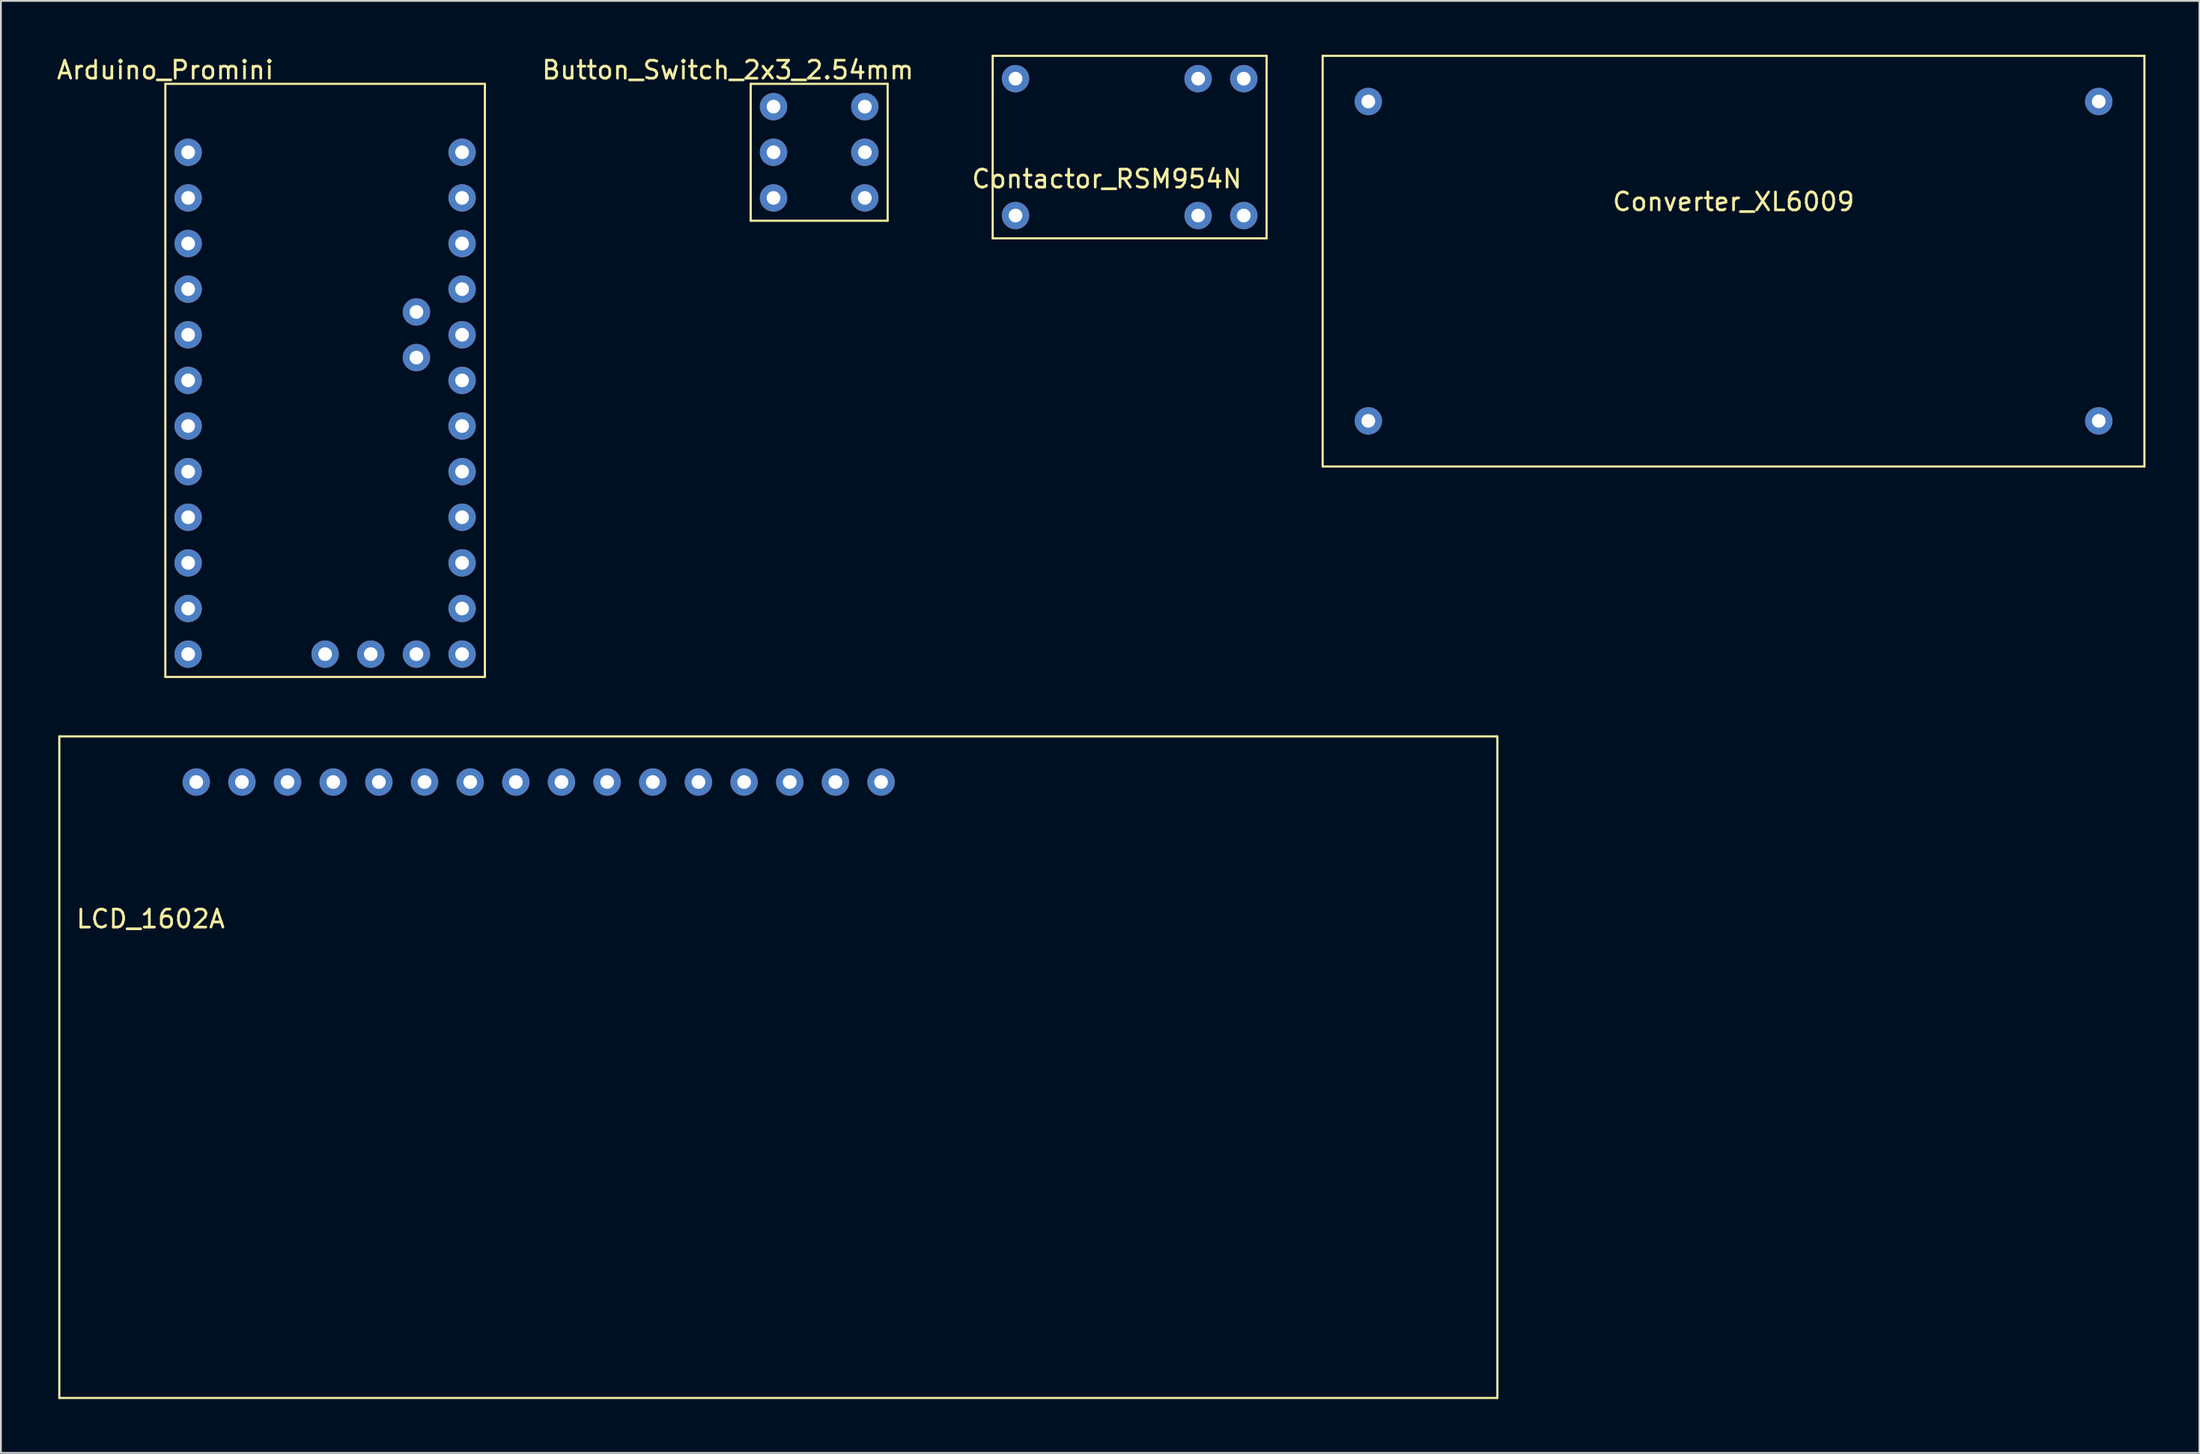
<source format=kicad_pcb>
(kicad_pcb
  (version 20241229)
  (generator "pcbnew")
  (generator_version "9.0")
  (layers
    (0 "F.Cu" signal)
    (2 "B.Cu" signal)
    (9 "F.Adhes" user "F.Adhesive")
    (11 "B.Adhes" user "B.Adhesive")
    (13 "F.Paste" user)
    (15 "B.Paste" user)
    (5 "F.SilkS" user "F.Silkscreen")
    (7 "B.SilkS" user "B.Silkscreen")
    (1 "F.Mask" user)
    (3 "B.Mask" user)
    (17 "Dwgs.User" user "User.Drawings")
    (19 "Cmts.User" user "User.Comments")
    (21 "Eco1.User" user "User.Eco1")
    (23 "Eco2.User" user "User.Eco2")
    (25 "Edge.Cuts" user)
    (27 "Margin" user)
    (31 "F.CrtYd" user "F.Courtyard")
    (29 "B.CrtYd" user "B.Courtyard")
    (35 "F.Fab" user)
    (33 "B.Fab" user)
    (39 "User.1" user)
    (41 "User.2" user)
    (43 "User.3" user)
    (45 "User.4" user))
  (footprint "Contactor_RSM954N"
    (layer "F.Cu")
    (at 58.53 6.41)
    (property "Reference" "Contactor_RSM954N" (at 0 0.5 0) (layer "F.SilkS") (effects (font (size 1 1) (thickness 0.15))))
    (attr through_hole)
    (fp_line (start -6.35 -6.35) (end 8.89 -6.35) (stroke (width 0.12) (type solid)) (layer "F.SilkS"))
    (fp_line (start -6.35 3.81) (end -6.35 -6.35) (stroke (width 0.12) (type solid)) (layer "F.SilkS"))
    (fp_line (start 8.89 -6.35) (end 8.89 3.81) (stroke (width 0.12) (type solid)) (layer "F.SilkS"))
    (fp_line (start 8.89 3.81) (end -6.35 3.81) (stroke (width 0.12) (type solid)) (layer "F.SilkS"))
    (pad "1" thru_hole circle (at 7.62 -5.08) (size 1.524 1.524) (drill 0.762) (layers "*.Cu" "*.Mask"))
    (pad "2" thru_hole circle (at 5.08 -5.08) (size 1.524 1.524) (drill 0.762) (layers "*.Cu" "*.Mask"))
    (pad "3" thru_hole circle (at -5.08 -5.08) (size 1.524 1.524) (drill 0.762) (layers "*.Cu" "*.Mask"))
    (pad "3" thru_hole circle (at -5.08 2.54) (size 1.524 1.524) (drill 0.762) (layers "*.Cu" "*.Mask"))
    (pad "4" thru_hole circle (at 5.08 2.54) (size 1.524 1.524) (drill 0.762) (layers "*.Cu" "*.Mask"))
    (pad "5" thru_hole circle (at 7.62 2.54) (size 1.524 1.524) (drill 0.762) (layers "*.Cu" "*.Mask")))
  (footprint "Converter_XL6009"
    (layer "F.Cu")
    (at 93.4 12.76)
    (property "Reference" "Converter_XL6009" (at 0 -4.58 0) (layer "F.SilkS") (effects (font (size 1 1) (thickness 0.15))))
    (attr through_hole)
    (fp_line (start -22.86 -12.7) (end -22.86 10.16) (stroke (width 0.12) (type solid)) (layer "F.SilkS"))
    (fp_line (start -22.86 10.16) (end 22.86 10.16) (stroke (width 0.12) (type solid)) (layer "F.SilkS"))
    (fp_line (start 22.86 -12.7) (end -22.86 -12.7) (stroke (width 0.12) (type solid)) (layer "F.SilkS"))
    (fp_line (start 22.86 10.16) (end 22.86 -12.7) (stroke (width 0.12) (type solid)) (layer "F.SilkS"))
    (pad "1" thru_hole circle (at -20.32 -10.16) (size 1.524 1.524) (drill 0.762) (layers "*.Cu" "*.Mask"))
    (pad "2" thru_hole circle (at -20.32 7.62) (size 1.524 1.524) (drill 0.762) (layers "*.Cu" "*.Mask"))
    (pad "3" thru_hole circle (at 20.32 7.62) (size 1.524 1.524) (drill 0.762) (layers "*.Cu" "*.Mask"))
    (pad "4" thru_hole circle (at 20.32 -10.16) (size 1.524 1.524) (drill 0.762) (layers "*.Cu" "*.Mask")))
  (footprint "Button_Switch_2x3_2.54mm"
    (layer "F.Cu")
    (at 37.447 0.348)
    (property "Reference" "Button_Switch_2x3_2.54mm" (at 0 0.5 0) (layer "F.SilkS") (effects (font (size 1 1) (thickness 0.15))))
    (attr through_hole)
    (fp_line (start 1.27 1.27) (end 8.89 1.27) (stroke (width 0.12) (type solid)) (layer "F.SilkS"))
    (fp_line (start 1.27 8.89) (end 1.27 1.27) (stroke (width 0.12) (type solid)) (layer "F.SilkS"))
    (fp_line (start 8.89 1.27) (end 8.89 8.89) (stroke (width 0.12) (type solid)) (layer "F.SilkS"))
    (fp_line (start 8.89 8.89) (end 1.27 8.89) (stroke (width 0.12) (type solid)) (layer "F.SilkS"))
    (pad "1" thru_hole circle (at 2.54 2.54) (size 1.524 1.524) (drill 0.762) (layers "*.Cu" "*.Mask"))
    (pad "1" thru_hole circle (at 7.62 2.54) (size 1.524 1.524) (drill 0.762) (layers "*.Cu" "*.Mask"))
    (pad "2" thru_hole circle (at 2.54 5.08) (size 1.524 1.524) (drill 0.762) (layers "*.Cu" "*.Mask"))
    (pad "2" thru_hole circle (at 7.62 5.08) (size 1.524 1.524) (drill 0.762) (layers "*.Cu" "*.Mask"))
    (pad "3" thru_hole circle (at 2.54 7.62) (size 1.524 1.524) (drill 0.762) (layers "*.Cu" "*.Mask"))
    (pad "3" thru_hole circle (at 7.62 7.62) (size 1.524 1.524) (drill 0.762) (layers "*.Cu" "*.Mask")))
  (footprint "Arduino_Promini"
    (layer "F.Cu")
    (at 6.149 0.348)
    (property "Reference" "Arduino_Promini" (at 0 0.5 0) (layer "F.SilkS") (effects (font (size 1 1) (thickness 0.15))))
    (attr through_hole)
    (fp_line (start 0 1.27) (end 0 34.29) (stroke (width 0.12) (type solid)) (layer "F.SilkS"))
    (fp_line (start 0 34.29) (end 17.78 34.29) (stroke (width 0.12) (type solid)) (layer "F.SilkS"))
    (fp_line (start 17.78 1.27) (end 0 1.27) (stroke (width 0.12) (type solid)) (layer "F.SilkS"))
    (fp_line (start 17.78 1.27) (end 17.78 34.29) (stroke (width 0.12) (type solid)) (layer "F.SilkS"))
    (pad "1" thru_hole circle (at 1.27 5.08) (size 1.524 1.524) (drill 0.762) (layers "*.Cu" "*.Mask"))
    (pad "2" thru_hole circle (at 1.27 7.62) (size 1.524 1.524) (drill 0.762) (layers "*.Cu" "*.Mask"))
    (pad "3" thru_hole circle (at 1.27 10.16) (size 1.524 1.524) (drill 0.762) (layers "*.Cu" "*.Mask"))
    (pad "4" thru_hole circle (at 1.27 12.7) (size 1.524 1.524) (drill 0.762) (layers "*.Cu" "*.Mask"))
    (pad "5" thru_hole circle (at 1.27 15.24) (size 1.524 1.524) (drill 0.762) (layers "*.Cu" "*.Mask"))
    (pad "6" thru_hole circle (at 1.27 17.78) (size 1.524 1.524) (drill 0.762) (layers "*.Cu" "*.Mask"))
    (pad "7" thru_hole circle (at 1.27 20.32) (size 1.524 1.524) (drill 0.762) (layers "*.Cu" "*.Mask"))
    (pad "8" thru_hole circle (at 1.27 22.86) (size 1.524 1.524) (drill 0.762) (layers "*.Cu" "*.Mask"))
    (pad "9" thru_hole circle (at 1.27 25.4) (size 1.524 1.524) (drill 0.762) (layers "*.Cu" "*.Mask"))
    (pad "10" thru_hole circle (at 1.27 27.94) (size 1.524 1.524) (drill 0.762) (layers "*.Cu" "*.Mask"))
    (pad "11" thru_hole circle (at 1.27 30.48) (size 1.524 1.524) (drill 0.762) (layers "*.Cu" "*.Mask"))
    (pad "12" thru_hole circle (at 1.27 33.02) (size 1.524 1.524) (drill 0.762) (layers "*.Cu" "*.Mask"))
    (pad "13" thru_hole circle (at 8.89 33.02) (size 1.524 1.524) (drill 0.762) (layers "*.Cu" "*.Mask"))
    (pad "14" thru_hole circle (at 11.43 33.02) (size 1.524 1.524) (drill 0.762) (layers "*.Cu" "*.Mask"))
    (pad "15" thru_hole circle (at 13.97 33.02) (size 1.524 1.524) (drill 0.762) (layers "*.Cu" "*.Mask"))
    (pad "16" thru_hole circle (at 16.51 33.02) (size 1.524 1.524) (drill 0.762) (layers "*.Cu" "*.Mask"))
    (pad "17" thru_hole circle (at 16.51 30.48) (size 1.524 1.524) (drill 0.762) (layers "*.Cu" "*.Mask"))
    (pad "18" thru_hole circle (at 16.51 27.94) (size 1.524 1.524) (drill 0.762) (layers "*.Cu" "*.Mask"))
    (pad "19" thru_hole circle (at 16.51 25.4) (size 1.524 1.524) (drill 0.762) (layers "*.Cu" "*.Mask"))
    (pad "20" thru_hole circle (at 16.51 22.86) (size 1.524 1.524) (drill 0.762) (layers "*.Cu" "*.Mask"))
    (pad "21" thru_hole circle (at 16.51 20.32) (size 1.524 1.524) (drill 0.762) (layers "*.Cu" "*.Mask"))
    (pad "22" thru_hole circle (at 16.51 17.78) (size 1.524 1.524) (drill 0.762) (layers "*.Cu" "*.Mask"))
    (pad "23" thru_hole circle (at 16.51 15.24) (size 1.524 1.524) (drill 0.762) (layers "*.Cu" "*.Mask"))
    (pad "24" thru_hole circle (at 16.51 12.7) (size 1.524 1.524) (drill 0.762) (layers "*.Cu" "*.Mask"))
    (pad "25" thru_hole circle (at 16.51 10.16) (size 1.524 1.524) (drill 0.762) (layers "*.Cu" "*.Mask"))
    (pad "26" thru_hole circle (at 16.51 7.62) (size 1.524 1.524) (drill 0.762) (layers "*.Cu" "*.Mask"))
    (pad "27" thru_hole circle (at 16.51 5.08) (size 1.524 1.524) (drill 0.762) (layers "*.Cu" "*.Mask"))
    (pad "28" thru_hole circle (at 13.97 16.51) (size 1.524 1.524) (drill 0.762) (layers "*.Cu" "*.Mask"))
    (pad "29" thru_hole circle (at 13.97 13.97) (size 1.524 1.524) (drill 0.762) (layers "*.Cu" "*.Mask")))
  (footprint "LCD_1602A"
    (layer "F.Cu")
    (at 0.25 37.948)
    (property "Reference" "LCD_1602A" (at 5.08 10.16 0) (layer "F.SilkS") (effects (font (size 1 1) (thickness 0.15))))
    (attr through_hole)
    (fp_line (start 0 0) (end 80.01 0) (stroke (width 0.12) (type solid)) (layer "F.SilkS"))
    (fp_line (start 0 36.83) (end 0 0) (stroke (width 0.12) (type solid)) (layer "F.SilkS"))
    (fp_line (start 80.01 0) (end 80.01 36.83) (stroke (width 0.12) (type solid)) (layer "F.SilkS"))
    (fp_line (start 80.01 36.83) (end 0 36.83) (stroke (width 0.12) (type solid)) (layer "F.SilkS"))
    (pad "1" thru_hole circle (at 7.62 2.54) (size 1.524 1.524) (drill 0.762) (layers "*.Cu" "*.Mask"))
    (pad "2" thru_hole circle (at 10.16 2.54) (size 1.524 1.524) (drill 0.762) (layers "*.Cu" "*.Mask"))
    (pad "3" thru_hole circle (at 12.7 2.54) (size 1.524 1.524) (drill 0.762) (layers "*.Cu" "*.Mask"))
    (pad "4" thru_hole circle (at 15.24 2.54) (size 1.524 1.524) (drill 0.762) (layers "*.Cu" "*.Mask"))
    (pad "5" thru_hole circle (at 17.78 2.54) (size 1.524 1.524) (drill 0.762) (layers "*.Cu" "*.Mask"))
    (pad "6" thru_hole circle (at 20.32 2.54) (size 1.524 1.524) (drill 0.762) (layers "*.Cu" "*.Mask"))
    (pad "7" thru_hole circle (at 22.86 2.54) (size 1.524 1.524) (drill 0.762) (layers "*.Cu" "*.Mask"))
    (pad "8" thru_hole circle (at 25.4 2.54) (size 1.524 1.524) (drill 0.762) (layers "*.Cu" "*.Mask"))
    (pad "9" thru_hole circle (at 27.94 2.54) (size 1.524 1.524) (drill 0.762) (layers "*.Cu" "*.Mask"))
    (pad "10" thru_hole circle (at 30.48 2.54) (size 1.524 1.524) (drill 0.762) (layers "*.Cu" "*.Mask"))
    (pad "11" thru_hole circle (at 33.02 2.54) (size 1.524 1.524) (drill 0.762) (layers "*.Cu" "*.Mask"))
    (pad "12" thru_hole circle (at 35.56 2.54) (size 1.524 1.524) (drill 0.762) (layers "*.Cu" "*.Mask"))
    (pad "13" thru_hole circle (at 38.1 2.54) (size 1.524 1.524) (drill 0.762) (layers "*.Cu" "*.Mask"))
    (pad "14" thru_hole circle (at 40.64 2.54) (size 1.524 1.524) (drill 0.762) (layers "*.Cu" "*.Mask"))
    (pad "15" thru_hole circle (at 43.18 2.54) (size 1.524 1.524) (drill 0.762) (layers "*.Cu" "*.Mask"))
    (pad "16" thru_hole circle (at 45.72 2.54) (size 1.524 1.524) (drill 0.762) (layers "*.Cu" "*.Mask")))
  (gr_rect
    (start -3 -3)
    (end 119.32 77.838)
    (stroke (width 0.1) (type default))
    (fill no)
    (layer "Edge.Cuts")))
</source>
